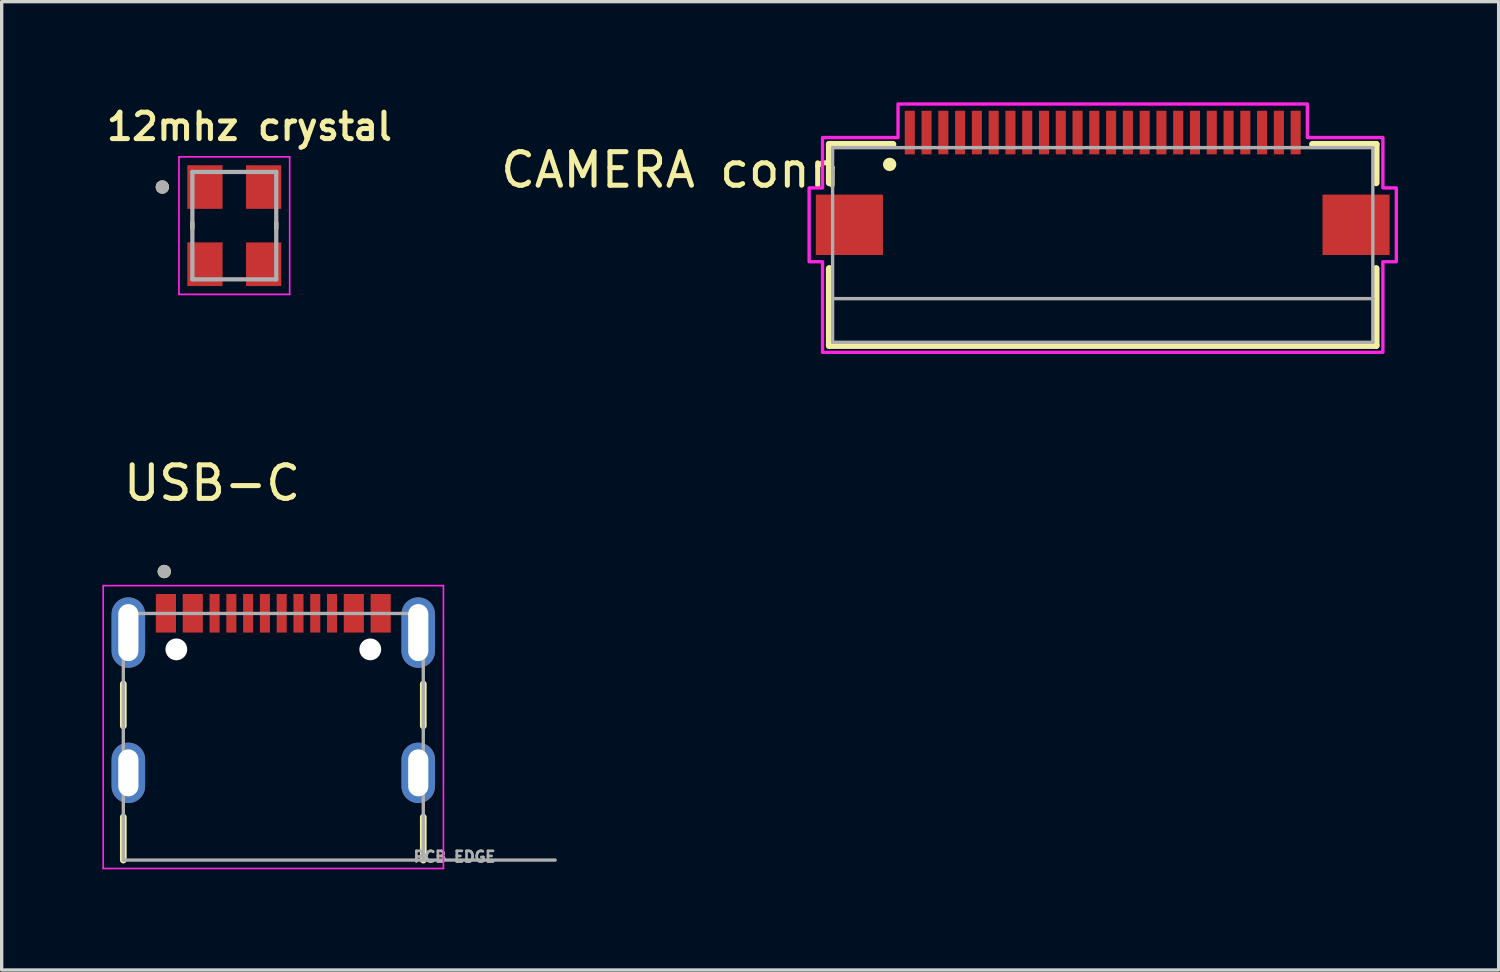
<source format=kicad_pcb>
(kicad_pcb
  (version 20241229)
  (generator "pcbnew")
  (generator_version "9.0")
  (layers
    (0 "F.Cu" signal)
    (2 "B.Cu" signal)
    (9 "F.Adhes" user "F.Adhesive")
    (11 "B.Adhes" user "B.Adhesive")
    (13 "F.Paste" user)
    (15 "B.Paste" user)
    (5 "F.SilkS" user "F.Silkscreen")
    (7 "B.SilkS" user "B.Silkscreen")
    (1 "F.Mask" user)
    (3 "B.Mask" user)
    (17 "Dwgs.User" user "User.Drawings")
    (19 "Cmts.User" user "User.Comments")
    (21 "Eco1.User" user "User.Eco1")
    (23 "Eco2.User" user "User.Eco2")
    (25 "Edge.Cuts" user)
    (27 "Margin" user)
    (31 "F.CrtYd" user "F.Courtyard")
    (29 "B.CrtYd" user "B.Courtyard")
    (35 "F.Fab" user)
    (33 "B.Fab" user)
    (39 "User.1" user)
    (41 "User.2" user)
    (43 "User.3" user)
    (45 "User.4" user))
  (footprint "CAMERA conn"
    (layer "F.Cu")
    (at 29.814 4.25)
    (property "Reference" "CAMERA conn" (at -12.875 -2.235 0) (layer "F.SilkS") (effects (font (size 1 1) (thickness 0.15))))
    (attr smd)
    (fp_line (start -8.15 -3) (end -8.15 -1.85) (stroke (width 0.2) (type solid)) (layer "F.SilkS"))
    (fp_line (start -8.15 0.7) (end -8.15 3) (stroke (width 0.2) (type solid)) (layer "F.SilkS"))
    (fp_line (start -8.15 3) (end 8.15 3) (stroke (width 0.2) (type solid)) (layer "F.SilkS"))
    (fp_line (start -6.25 -3) (end -8.15 -3) (stroke (width 0.2) (type solid)) (layer "F.SilkS"))
    (fp_line (start 6.25 -3) (end 8.15 -3) (stroke (width 0.2) (type solid)) (layer "F.SilkS"))
    (fp_line (start 8.15 -3) (end 8.15 -1.85) (stroke (width 0.2) (type solid)) (layer "F.SilkS"))
    (fp_line (start 8.15 3) (end 8.15 0.7) (stroke (width 0.2) (type solid)) (layer "F.SilkS"))
    (fp_circle (center -6.35 -2.4) (end -6.25 -2.4) (stroke (width 0.2) (type solid)) (fill no) (layer "F.SilkS"))
    (fp_poly (pts (xy -6.1 -4.2) (xy 6.1 -4.2) (xy 6.1 -3.2) (xy 8.35 -3.2) (xy 8.35 -1.7) (xy 8.75 -1.7) (xy 8.75 0.5) (xy 8.35 0.5) (xy 8.35 3.2) (xy -8.35 3.2) (xy -8.35 0.5) (xy -8.75 0.5) (xy -8.75 -1.7) (xy -8.35 -1.7) (xy -8.35 -3.2) (xy -6.1 -3.2)) (stroke (width 0.1) (type solid)) (fill no) (layer "F.CrtYd"))
    (fp_line (start -8.05 -2.9) (end 8.05 -2.9) (stroke (width 0.1) (type solid)) (layer "F.Fab"))
    (fp_line (start -8.05 1.6) (end -8.05 -2.9) (stroke (width 0.1) (type solid)) (layer "F.Fab"))
    (fp_line (start -8.05 1.6) (end 8.05 1.6) (stroke (width 0.1) (type solid)) (layer "F.Fab"))
    (fp_line (start -8.05 2.9) (end -8.05 1.6) (stroke (width 0.1) (type solid)) (layer "F.Fab"))
    (fp_line (start 8.05 -2.9) (end 8.05 1.6) (stroke (width 0.1) (type solid)) (layer "F.Fab"))
    (fp_line (start 8.05 1.6) (end 8.05 2.9) (stroke (width 0.1) (type solid)) (layer "F.Fab"))
    (fp_line (start 8.05 2.9) (end -8.05 2.9) (stroke (width 0.1) (type solid)) (layer "F.Fab"))
    (pad "1" smd rect (at -5.75 -3.35) (size 0.3 1.3) (layers "F.Cu" "F.Mask" "F.Paste"))
    (pad "2" smd rect (at -5.25 -3.35) (size 0.3 1.3) (layers "F.Cu" "F.Mask" "F.Paste"))
    (pad "3" smd rect (at -4.75 -3.35) (size 0.3 1.3) (layers "F.Cu" "F.Mask" "F.Paste"))
    (pad "4" smd rect (at -4.25 -3.35) (size 0.3 1.3) (layers "F.Cu" "F.Mask" "F.Paste"))
    (pad "5" smd rect (at -3.75 -3.35) (size 0.3 1.3) (layers "F.Cu" "F.Mask" "F.Paste"))
    (pad "6" smd rect (at -3.25 -3.35) (size 0.3 1.3) (layers "F.Cu" "F.Mask" "F.Paste"))
    (pad "7" smd rect (at -2.75 -3.35) (size 0.3 1.3) (layers "F.Cu" "F.Mask" "F.Paste"))
    (pad "8" smd rect (at -2.25 -3.35) (size 0.3 1.3) (layers "F.Cu" "F.Mask" "F.Paste"))
    (pad "9" smd rect (at -1.75 -3.35) (size 0.3 1.3) (layers "F.Cu" "F.Mask" "F.Paste"))
    (pad "10" smd rect (at -1.25 -3.35) (size 0.3 1.3) (layers "F.Cu" "F.Mask" "F.Paste"))
    (pad "11" smd rect (at -0.75 -3.35) (size 0.3 1.3) (layers "F.Cu" "F.Mask" "F.Paste"))
    (pad "12" smd rect (at -0.25 -3.35) (size 0.3 1.3) (layers "F.Cu" "F.Mask" "F.Paste"))
    (pad "13" smd rect (at 0.25 -3.35) (size 0.3 1.3) (layers "F.Cu" "F.Mask" "F.Paste"))
    (pad "14" smd rect (at 0.75 -3.35) (size 0.3 1.3) (layers "F.Cu" "F.Mask" "F.Paste"))
    (pad "15" smd rect (at 1.25 -3.35) (size 0.3 1.3) (layers "F.Cu" "F.Mask" "F.Paste"))
    (pad "16" smd rect (at 1.75 -3.35) (size 0.3 1.3) (layers "F.Cu" "F.Mask" "F.Paste"))
    (pad "17" smd rect (at 2.25 -3.35) (size 0.3 1.3) (layers "F.Cu" "F.Mask" "F.Paste"))
    (pad "18" smd rect (at 2.75 -3.35) (size 0.3 1.3) (layers "F.Cu" "F.Mask" "F.Paste"))
    (pad "19" smd rect (at 3.25 -3.35) (size 0.3 1.3) (layers "F.Cu" "F.Mask" "F.Paste"))
    (pad "20" smd rect (at 3.75 -3.35) (size 0.3 1.3) (layers "F.Cu" "F.Mask" "F.Paste"))
    (pad "21" smd rect (at 4.25 -3.35) (size 0.3 1.3) (layers "F.Cu" "F.Mask" "F.Paste"))
    (pad "22" smd rect (at 4.75 -3.35) (size 0.3 1.3) (layers "F.Cu" "F.Mask" "F.Paste"))
    (pad "23" smd rect (at 5.25 -3.35) (size 0.3 1.3) (layers "F.Cu" "F.Mask" "F.Paste"))
    (pad "24" smd rect (at 5.75 -3.35) (size 0.3 1.3) (layers "F.Cu" "F.Mask" "F.Paste"))
    (pad "Z1" smd rect (at -7.55 -0.6) (size 2 1.8) (layers "F.Cu" "F.Mask" "F.Paste"))
    (pad "Z2" smd rect (at 7.55 -0.6) (size 2 1.8) (layers "F.Cu" "F.Mask" "F.Paste")))
  (footprint "12mhz crystal"
    (layer "F.Cu")
    (at 3.933 3.674)
    (property "Reference" "12mhz crystal" (at 0.45 -2.95 0) (layer "F.SilkS") (effects (font (size 0.787 0.787) (thickness 0.15))))
    (attr smd)
    (fp_line (start -1.25 -0.085) (end -1.25 0.085) (stroke (width 0.127) (type solid)) (layer "F.SilkS"))
    (fp_line (start 1.25 -0.085) (end 1.25 0.085) (stroke (width 0.127) (type solid)) (layer "F.SilkS"))
    (fp_circle (center -2.145 -1.15) (end -2.045 -1.15) (stroke (width 0.2) (type solid)) (fill no) (layer "F.SilkS"))
    (fp_line (start -1.65 -2.05) (end -1.65 2.05) (stroke (width 0.05) (type solid)) (layer "F.CrtYd"))
    (fp_line (start -1.65 2.05) (end 1.65 2.05) (stroke (width 0.05) (type solid)) (layer "F.CrtYd"))
    (fp_line (start 1.65 -2.05) (end -1.65 -2.05) (stroke (width 0.05) (type solid)) (layer "F.CrtYd"))
    (fp_line (start 1.65 2.05) (end 1.65 -2.05) (stroke (width 0.05) (type solid)) (layer "F.CrtYd"))
    (fp_line (start -1.25 -1.6) (end -1.25 1.6) (stroke (width 0.127) (type solid)) (layer "F.Fab"))
    (fp_line (start -1.25 1.6) (end 1.25 1.6) (stroke (width 0.127) (type solid)) (layer "F.Fab"))
    (fp_line (start 1.25 -1.6) (end -1.25 -1.6) (stroke (width 0.127) (type solid)) (layer "F.Fab"))
    (fp_line (start 1.25 1.6) (end 1.25 -1.6) (stroke (width 0.127) (type solid)) (layer "F.Fab"))
    (fp_circle (center -2.145 -1.15) (end -2.045 -1.15) (stroke (width 0.2) (type solid)) (fill no) (layer "F.Fab"))
    (pad "1" smd rect (at -0.875 -1.15) (size 1.05 1.3) (layers "F.Cu" "F.Mask" "F.Paste"))
    (pad "2" smd rect (at -0.875 1.15) (size 1.05 1.3) (layers "F.Cu" "F.Mask" "F.Paste"))
    (pad "3" smd rect (at 0.875 1.15) (size 1.05 1.3) (layers "F.Cu" "F.Mask" "F.Paste"))
    (pad "4" smd rect (at 0.875 -1.15) (size 1.05 1.3) (layers "F.Cu" "F.Mask" "F.Paste")))
  (footprint "USB-C"
    (layer "F.Cu")
    (at 5.095 19.983)
    (property "Reference" "USB-C" (at -1.825 -8.635 0) (layer "F.SilkS") (effects (font (size 1 1) (thickness 0.15))))
    (attr smd)
    (fp_line (start -4.47 -2.65) (end -4.47 -1.4) (stroke (width 0.2) (type solid)) (layer "F.SilkS"))
    (fp_line (start -4.47 1.32) (end -4.47 2.6) (stroke (width 0.2) (type solid)) (layer "F.SilkS"))
    (fp_line (start 4.47 -2.65) (end 4.47 -1.4) (stroke (width 0.2) (type solid)) (layer "F.SilkS"))
    (fp_line (start 4.47 2.6) (end 4.47 1.32) (stroke (width 0.2) (type solid)) (layer "F.SilkS"))
    (fp_circle (center -3.25 -6) (end -3.15 -6) (stroke (width 0.2) (type solid)) (fill no) (layer "F.SilkS"))
    (fp_line (start -5.07 -5.58) (end -5.07 2.85) (stroke (width 0.05) (type solid)) (layer "F.CrtYd"))
    (fp_line (start -5.07 2.85) (end 5.07 2.85) (stroke (width 0.05) (type solid)) (layer "F.CrtYd"))
    (fp_line (start 5.07 -5.58) (end -5.07 -5.58) (stroke (width 0.05) (type solid)) (layer "F.CrtYd"))
    (fp_line (start 5.07 2.85) (end 5.07 -5.58) (stroke (width 0.05) (type solid)) (layer "F.CrtYd"))
    (fp_line (start -4.47 -4.75) (end 4.47 -4.75) (stroke (width 0.1) (type solid)) (layer "F.Fab"))
    (fp_line (start -4.47 2.6) (end -4.47 -4.75) (stroke (width 0.1) (type solid)) (layer "F.Fab"))
    (fp_line (start 4.47 -4.75) (end 4.47 2.6) (stroke (width 0.1) (type solid)) (layer "F.Fab"))
    (fp_line (start 4.47 2.6) (end -4.47 2.6) (stroke (width 0.1) (type solid)) (layer "F.Fab"))
    (fp_line (start 4.47 2.6) (end 8.4 2.6) (stroke (width 0.1) (type solid)) (layer "F.Fab"))
    (fp_circle (center -3.25 -6) (end -3.15 -6) (stroke (width 0.2) (type solid)) (fill no) (layer "F.Fab"))
    (fp_text user "PCB EDGE" (at 5.4 2.5 0) (layer "F.Fab") (effects (font (size 0.32 0.32) (thickness 0.15))))
    (pad "" np_thru_hole circle (at -2.89 -3.68) (size 0.65 0.65) (drill 0.65) (layers "*.Cu" "*.Mask"))
    (pad "" np_thru_hole circle (at 2.89 -3.68) (size 0.65 0.65) (drill 0.65) (layers "*.Cu" "*.Mask"))
    (pad "A1_B12" smd rect (at -3.2 -4.755) (size 0.6 1.15) (layers "F.Cu" "F.Mask" "F.Paste"))
    (pad "A4_B9" smd rect (at -2.4 -4.755) (size 0.6 1.15) (layers "F.Cu" "F.Mask" "F.Paste"))
    (pad "A5" smd rect (at -1.25 -4.755) (size 0.3 1.15) (layers "F.Cu" "F.Mask" "F.Paste"))
    (pad "A6" smd rect (at -0.25 -4.755) (size 0.3 1.15) (layers "F.Cu" "F.Mask" "F.Paste"))
    (pad "A7" smd rect (at 0.25 -4.755) (size 0.3 1.15) (layers "F.Cu" "F.Mask" "F.Paste"))
    (pad "A8" smd rect (at 1.25 -4.755) (size 0.3 1.15) (layers "F.Cu" "F.Mask" "F.Paste"))
    (pad "B1_A12" smd rect (at 3.2 -4.755) (size 0.6 1.15) (layers "F.Cu" "F.Mask" "F.Paste"))
    (pad "B4_A9" smd rect (at 2.4 -4.755) (size 0.6 1.15) (layers "F.Cu" "F.Mask" "F.Paste"))
    (pad "B5" smd rect (at 1.75 -4.755) (size 0.3 1.15) (layers "F.Cu" "F.Mask" "F.Paste"))
    (pad "B6" smd rect (at 0.75 -4.755) (size 0.3 1.15) (layers "F.Cu" "F.Mask" "F.Paste"))
    (pad "B7" smd rect (at -0.75 -4.755) (size 0.3 1.15) (layers "F.Cu" "F.Mask" "F.Paste"))
    (pad "B8" smd rect (at -1.75 -4.755) (size 0.3 1.15) (layers "F.Cu" "F.Mask" "F.Paste"))
    (pad "SH1" thru_hole oval (at -4.32 -4.18) (size 1 2.1) (drill oval 0.6 1.7) (layers "*.Cu" "*.Mask"))
    (pad "SH2" thru_hole oval (at 4.32 -4.18) (size 1 2.1) (drill oval 0.6 1.7) (layers "*.Cu" "*.Mask"))
    (pad "SH3" thru_hole oval (at -4.32 0) (size 1 1.8) (drill oval 0.6 1.4) (layers "*.Cu" "*.Mask"))
    (pad "SH4" thru_hole oval (at 4.32 0) (size 1 1.8) (drill oval 0.6 1.4) (layers "*.Cu" "*.Mask")))
  (gr_rect
    (start -3 -3)
    (end 41.614 25.858)
    (stroke (width 0.1) (type default))
    (fill no)
    (layer "Edge.Cuts")))
</source>
